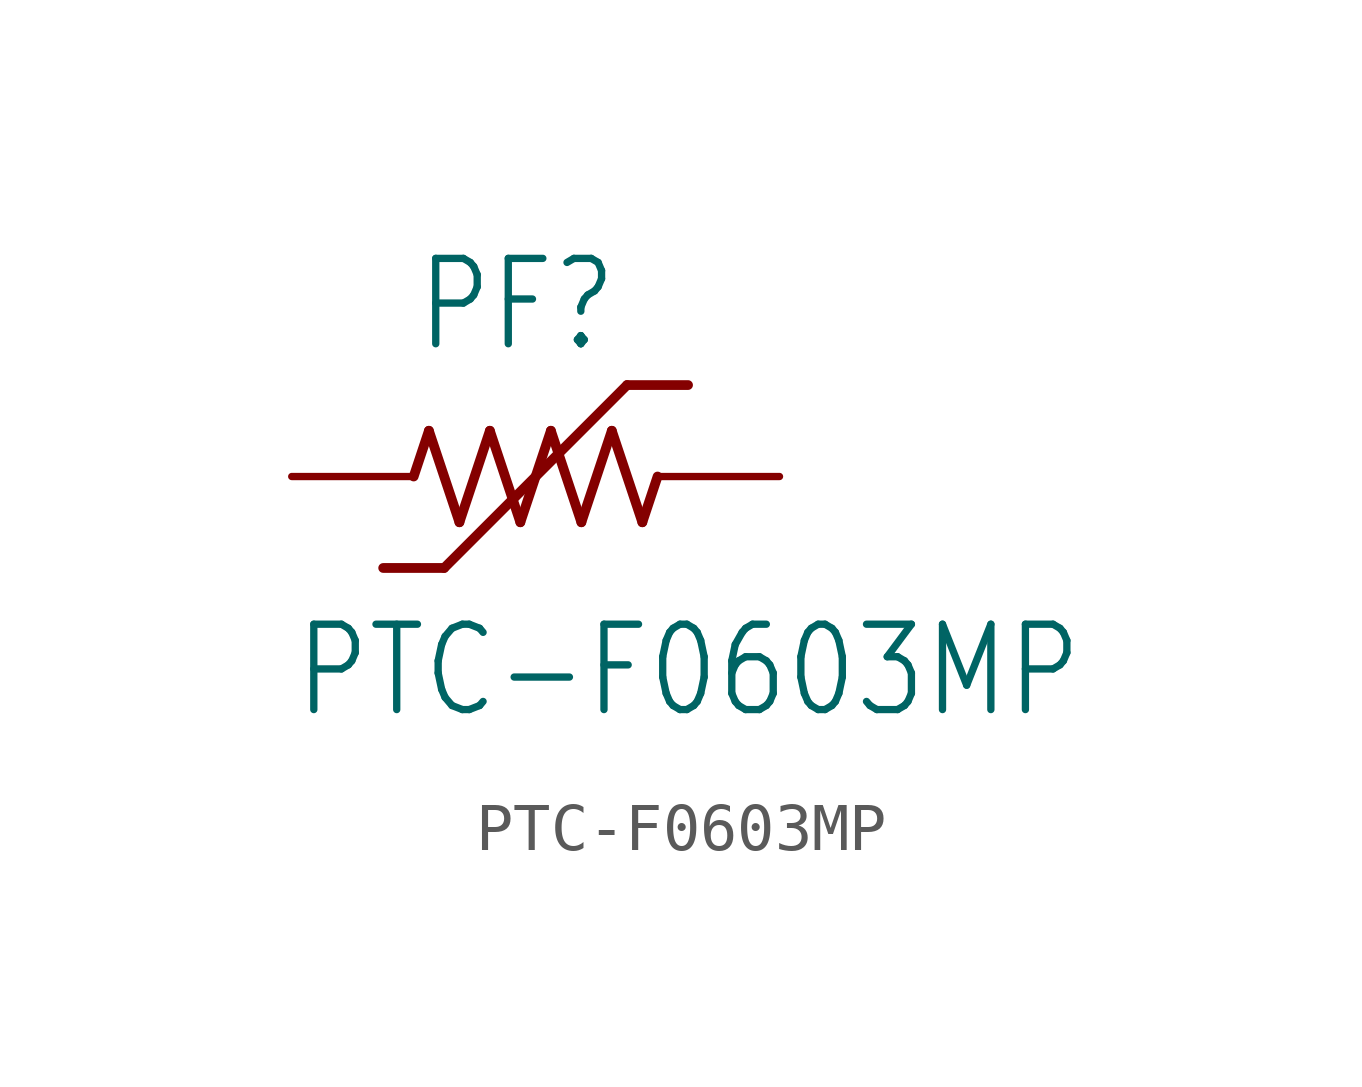
<source format=kicad_sym>
(kicad_symbol_lib
  (version 20211014)
  (generator kicad_symbol_editor)
  (symbol "PTC-F0603MP"
    (property "Reference" "PF"
      (at -2.54 2.54 0)
      (effects (font (size 1.778 1.511)) (justify left bottom)))
    (property "Value" "PTC-F0603MP"
      (at -5.08 -5.08 0)
      (effects (font (size 1.778 1.511)) (justify left bottom)))
    (property "ki_locked" ""
      (at 0 0 0)
      (effects (font (size 1.27 1.27))))
    (symbol "PTC-F0603MP_1_0"
      (polyline (pts (xy -2.54 0) (xy -2.223 0.953)) (stroke (width 0.203) (type default) (color 0 0 0 0)) (fill (type none)))
      (polyline (pts (xy -2.223 0.953) (xy -1.587 -0.953)) (stroke (width 0.203) (type default) (color 0 0 0 0)) (fill (type none)))
      (polyline (pts (xy -1.905 -1.905) (xy -3.175 -1.905)) (stroke (width 0.203) (type default) (color 0 0 0 0)) (fill (type none)))
      (polyline (pts (xy -1.587 -0.953) (xy -0.953 0.953)) (stroke (width 0.203) (type default) (color 0 0 0 0)) (fill (type none)))
      (polyline (pts (xy -0.953 0.953) (xy -0.318 -0.953)) (stroke (width 0.203) (type default) (color 0 0 0 0)) (fill (type none)))
      (polyline (pts (xy -0.318 -0.953) (xy 0.318 0.953)) (stroke (width 0.203) (type default) (color 0 0 0 0)) (fill (type none)))
      (polyline (pts (xy 0.318 0.953) (xy 0.953 -0.953)) (stroke (width 0.203) (type default) (color 0 0 0 0)) (fill (type none)))
      (polyline (pts (xy 0.953 -0.953) (xy 1.587 0.953)) (stroke (width 0.203) (type default) (color 0 0 0 0)) (fill (type none)))
      (polyline (pts (xy 1.587 0.953) (xy 2.223 -0.953)) (stroke (width 0.203) (type default) (color 0 0 0 0)) (fill (type none)))
      (polyline (pts (xy 1.905 1.905) (xy -1.905 -1.905)) (stroke (width 0.203) (type default) (color 0 0 0 0)) (fill (type none)))
      (polyline (pts (xy 2.223 -0.953) (xy 2.54 0)) (stroke (width 0.203) (type default) (color 0 0 0 0)) (fill (type none)))
      (polyline (pts (xy 3.175 1.905) (xy 1.905 1.905)) (stroke (width 0.203) (type default) (color 0 0 0 0)) (fill (type none)))
      (pin passive line (at -5.08 0 0) (length 2.54) (name "1" (effects (font (size 0 0)))) (number "1" (effects (font (size 0 0)))))
      (pin passive line (at 5.08 0 180) (length 2.54) (name "2" (effects (font (size 0 0)))) (number "2" (effects (font (size 0 0))))))))
</source>
